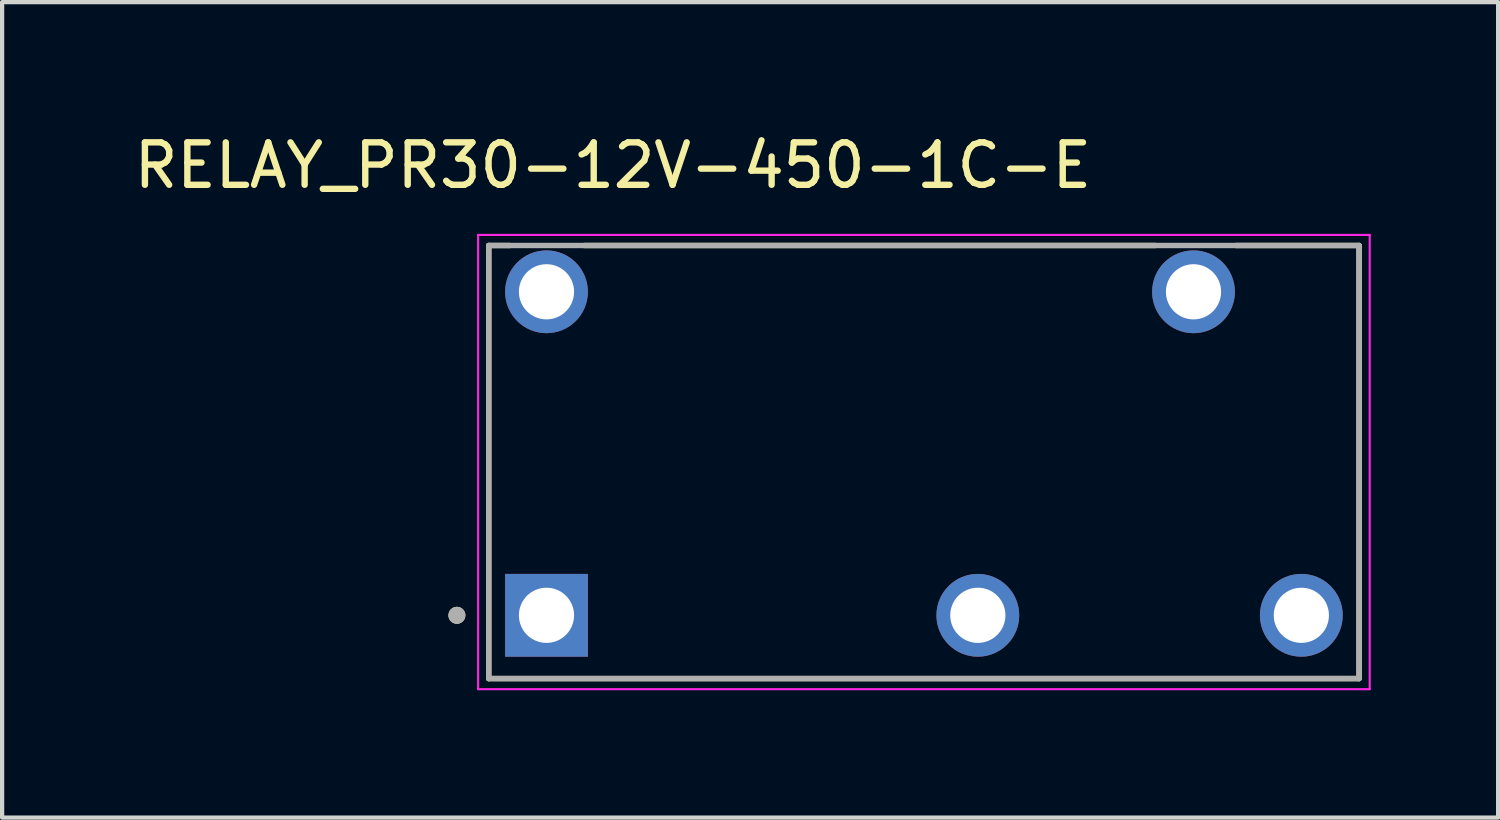
<source format=kicad_pcb>
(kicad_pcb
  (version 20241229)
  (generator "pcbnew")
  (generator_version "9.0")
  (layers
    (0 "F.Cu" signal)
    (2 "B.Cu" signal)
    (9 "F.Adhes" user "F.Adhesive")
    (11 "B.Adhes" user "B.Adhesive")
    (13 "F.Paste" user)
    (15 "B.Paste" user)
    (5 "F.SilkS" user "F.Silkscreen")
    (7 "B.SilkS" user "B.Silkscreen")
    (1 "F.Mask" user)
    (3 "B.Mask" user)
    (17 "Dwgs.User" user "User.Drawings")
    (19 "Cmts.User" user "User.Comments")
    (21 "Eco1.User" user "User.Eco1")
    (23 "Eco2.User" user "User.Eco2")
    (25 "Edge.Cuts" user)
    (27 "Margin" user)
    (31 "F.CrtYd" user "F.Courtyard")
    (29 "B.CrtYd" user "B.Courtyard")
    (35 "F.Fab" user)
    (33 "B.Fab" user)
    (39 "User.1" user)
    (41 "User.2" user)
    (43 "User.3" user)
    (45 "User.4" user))
  (footprint "RELAY_PR30-12V-450-1C-E"
    (layer "F.Cu")
    (at 18.712 7.833)
    (property "Reference" "RELAY_PR30-12V-450-1C-E" (at -7.325 -6.985 0) (layer "F.SilkS") (effects (font (size 1 1) (thickness 0.15))))
    (attr through_hole)
    (fp_line (start -10.25 -5.1) (end -9.75 -5.1) (stroke (width 0.127) (type solid)) (layer "F.SilkS"))
    (fp_line (start -10.25 5.1) (end -10.25 -5.1) (stroke (width 0.127) (type solid)) (layer "F.SilkS"))
    (fp_line (start -8 -5.1) (end 5.45 -5.1) (stroke (width 0.127) (type solid)) (layer "F.SilkS"))
    (fp_line (start 7.35 -5.1) (end 10.25 -5.1) (stroke (width 0.127) (type solid)) (layer "F.SilkS"))
    (fp_line (start 10.25 -5.1) (end 10.25 5.1) (stroke (width 0.127) (type solid)) (layer "F.SilkS"))
    (fp_line (start 10.25 5.1) (end -10.25 5.1) (stroke (width 0.127) (type solid)) (layer "F.SilkS"))
    (fp_circle (center -11 3.61) (end -10.9 3.61) (stroke (width 0.2) (type solid)) (fill no) (layer "F.SilkS"))
    (fp_line (start -10.5 -5.35) (end -10.5 5.35) (stroke (width 0.05) (type solid)) (layer "F.CrtYd"))
    (fp_line (start -10.5 5.35) (end 10.5 5.35) (stroke (width 0.05) (type solid)) (layer "F.CrtYd"))
    (fp_line (start 10.5 -5.35) (end -10.5 -5.35) (stroke (width 0.05) (type solid)) (layer "F.CrtYd"))
    (fp_line (start 10.5 5.35) (end 10.5 -5.35) (stroke (width 0.05) (type solid)) (layer "F.CrtYd"))
    (fp_line (start -10.25 -5.1) (end 10.25 -5.1) (stroke (width 0.127) (type solid)) (layer "F.Fab"))
    (fp_line (start -10.25 5.1) (end -10.25 -5.1) (stroke (width 0.127) (type solid)) (layer "F.Fab"))
    (fp_line (start 10.25 -5.1) (end 10.25 5.1) (stroke (width 0.127) (type solid)) (layer "F.Fab"))
    (fp_line (start 10.25 5.1) (end -10.25 5.1) (stroke (width 0.127) (type solid)) (layer "F.Fab"))
    (fp_circle (center -11 3.61) (end -10.9 3.61) (stroke (width 0.2) (type solid)) (fill no) (layer "F.Fab"))
    (pad "1" thru_hole rect (at -8.89 3.61) (size 1.95 1.95) (drill 1.3) (layers "*.Cu" "*.Mask"))
    (pad "5" thru_hole circle (at 1.27 3.61) (size 1.95 1.95) (drill 1.3) (layers "*.Cu" "*.Mask"))
    (pad "8" thru_hole circle (at 8.89 3.61) (size 1.95 1.95) (drill 1.3) (layers "*.Cu" "*.Mask"))
    (pad "10" thru_hole circle (at 6.35 -4.01) (size 1.95 1.95) (drill 1.3) (layers "*.Cu" "*.Mask"))
    (pad "16" thru_hole circle (at -8.89 -4.01) (size 1.95 1.95) (drill 1.3) (layers "*.Cu" "*.Mask")))
  (gr_rect
    (start -3 -3)
    (end 32.237 16.208)
    (stroke (width 0.1) (type default))
    (fill no)
    (layer "Edge.Cuts")))
</source>
